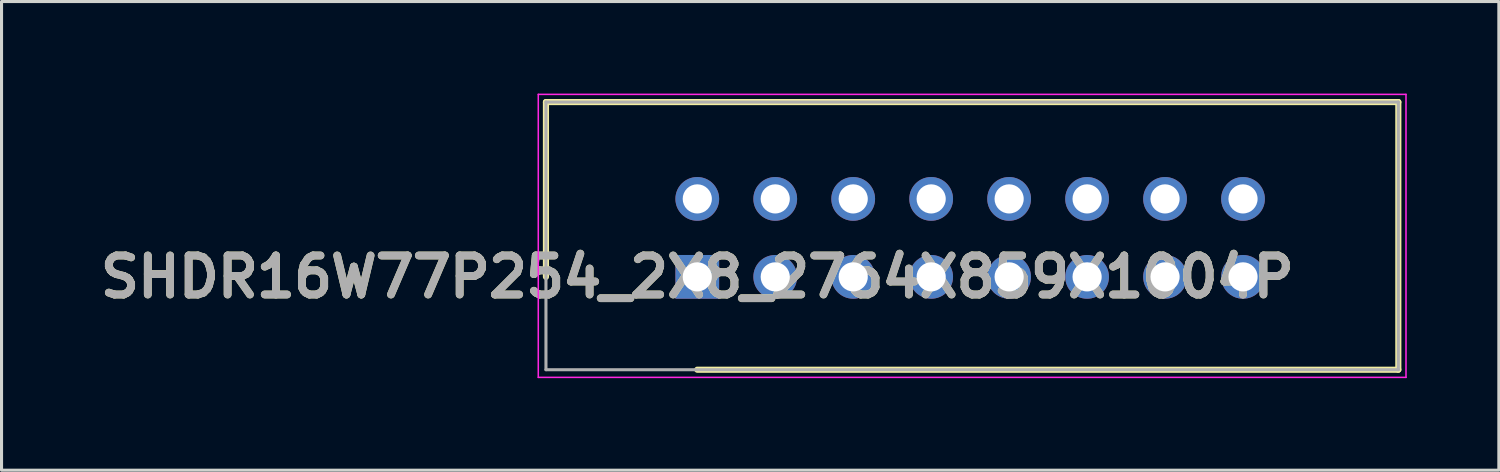
<source format=kicad_pcb>
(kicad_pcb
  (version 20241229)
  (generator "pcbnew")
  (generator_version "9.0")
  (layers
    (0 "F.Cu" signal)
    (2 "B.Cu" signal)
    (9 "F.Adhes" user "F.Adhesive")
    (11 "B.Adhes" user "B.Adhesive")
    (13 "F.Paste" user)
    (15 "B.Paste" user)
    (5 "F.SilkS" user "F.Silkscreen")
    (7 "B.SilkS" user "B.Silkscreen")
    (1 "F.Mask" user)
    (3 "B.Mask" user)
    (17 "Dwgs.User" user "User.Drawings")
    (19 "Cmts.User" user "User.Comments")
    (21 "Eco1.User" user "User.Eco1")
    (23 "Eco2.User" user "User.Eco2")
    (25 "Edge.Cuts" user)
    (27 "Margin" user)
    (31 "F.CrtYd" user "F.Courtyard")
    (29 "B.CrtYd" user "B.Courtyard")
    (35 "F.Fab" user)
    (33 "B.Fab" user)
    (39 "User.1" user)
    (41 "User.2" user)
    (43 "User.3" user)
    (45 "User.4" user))
  (footprint "SHDR16W77P254_2X8_2764X859X1004P"
    (layer "F.Cu")
    (at 19.667 5.97)
    (property "Reference" "SHDR16W77P254_2X8_2764X859X1004P" (at 0 0 0) (layer "F.SilkS") (effects (font (size 1.27 1.27) (thickness 0.254))))
    (attr through_hole)
    (fp_line (start -4.93 -5.695) (end -4.93 0) (stroke (width 0.2) (type solid)) (layer "F.SilkS"))
    (fp_line (start 0 3.025) (end 22.84 3.025) (stroke (width 0.2) (type solid)) (layer "F.SilkS"))
    (fp_line (start 22.84 -5.695) (end -4.93 -5.695) (stroke (width 0.2) (type solid)) (layer "F.SilkS"))
    (fp_line (start 22.84 3.025) (end 22.84 -5.695) (stroke (width 0.2) (type solid)) (layer "F.SilkS"))
    (fp_line (start -5.18 -5.945) (end 23.09 -5.945) (stroke (width 0.05) (type solid)) (layer "F.CrtYd"))
    (fp_line (start -5.18 3.275) (end -5.18 -5.945) (stroke (width 0.05) (type solid)) (layer "F.CrtYd"))
    (fp_line (start 23.09 -5.945) (end 23.09 3.275) (stroke (width 0.05) (type solid)) (layer "F.CrtYd"))
    (fp_line (start 23.09 3.275) (end -5.18 3.275) (stroke (width 0.05) (type solid)) (layer "F.CrtYd"))
    (fp_line (start -4.93 -5.695) (end 22.84 -5.695) (stroke (width 0.1) (type solid)) (layer "F.Fab"))
    (fp_line (start -4.93 3.025) (end -4.93 -5.695) (stroke (width 0.1) (type solid)) (layer "F.Fab"))
    (fp_line (start 22.84 -5.695) (end 22.84 3.025) (stroke (width 0.1) (type solid)) (layer "F.Fab"))
    (fp_line (start 22.84 3.025) (end -4.93 3.025) (stroke (width 0.1) (type solid)) (layer "F.Fab"))
    (fp_text user "${REFERENCE}" (at 0 0 0) (layer "F.Fab") (effects (font (size 1.27 1.27) (thickness 0.254))))
    (pad "1" thru_hole rect (at 0 0) (size 1.425 1.425) (drill 0.95) (layers "*.Cu" "*.Mask"))
    (pad "2" thru_hole circle (at 0 -2.54) (size 1.425 1.425) (drill 0.95) (layers "*.Cu" "*.Mask"))
    (pad "3" thru_hole circle (at 2.54 0) (size 1.425 1.425) (drill 0.95) (layers "*.Cu" "*.Mask"))
    (pad "4" thru_hole circle (at 2.54 -2.54) (size 1.425 1.425) (drill 0.95) (layers "*.Cu" "*.Mask"))
    (pad "5" thru_hole circle (at 5.08 0) (size 1.425 1.425) (drill 0.95) (layers "*.Cu" "*.Mask"))
    (pad "6" thru_hole circle (at 5.08 -2.54) (size 1.425 1.425) (drill 0.95) (layers "*.Cu" "*.Mask"))
    (pad "7" thru_hole circle (at 7.62 0) (size 1.425 1.425) (drill 0.95) (layers "*.Cu" "*.Mask"))
    (pad "8" thru_hole circle (at 7.62 -2.54) (size 1.425 1.425) (drill 0.95) (layers "*.Cu" "*.Mask"))
    (pad "9" thru_hole circle (at 10.16 0) (size 1.425 1.425) (drill 0.95) (layers "*.Cu" "*.Mask"))
    (pad "10" thru_hole circle (at 10.16 -2.54) (size 1.425 1.425) (drill 0.95) (layers "*.Cu" "*.Mask"))
    (pad "11" thru_hole circle (at 12.7 0) (size 1.425 1.425) (drill 0.95) (layers "*.Cu" "*.Mask"))
    (pad "12" thru_hole circle (at 12.7 -2.54) (size 1.425 1.425) (drill 0.95) (layers "*.Cu" "*.Mask"))
    (pad "13" thru_hole circle (at 15.24 0) (size 1.425 1.425) (drill 0.95) (layers "*.Cu" "*.Mask"))
    (pad "14" thru_hole circle (at 15.24 -2.54) (size 1.425 1.425) (drill 0.95) (layers "*.Cu" "*.Mask"))
    (pad "15" thru_hole circle (at 17.78 0) (size 1.425 1.425) (drill 0.95) (layers "*.Cu" "*.Mask"))
    (pad "16" thru_hole circle (at 17.78 -2.54) (size 1.425 1.425) (drill 0.95) (layers "*.Cu" "*.Mask")))
  (gr_rect
    (start -3 -3)
    (end 45.782 12.27)
    (stroke (width 0.1) (type default))
    (fill no)
    (layer "Edge.Cuts")))
</source>
